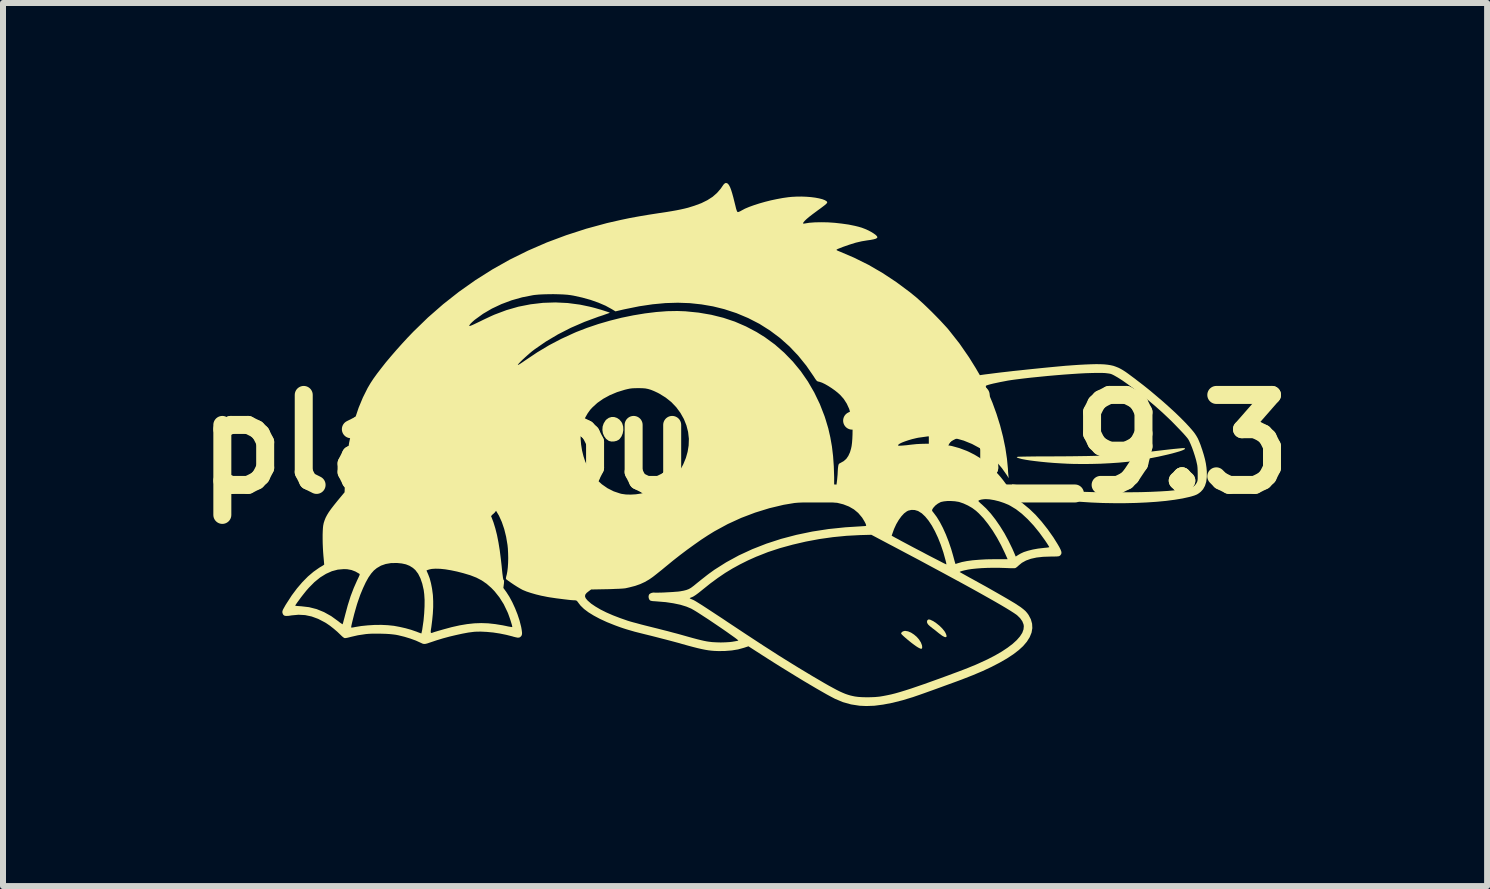
<source format=kicad_pcb>
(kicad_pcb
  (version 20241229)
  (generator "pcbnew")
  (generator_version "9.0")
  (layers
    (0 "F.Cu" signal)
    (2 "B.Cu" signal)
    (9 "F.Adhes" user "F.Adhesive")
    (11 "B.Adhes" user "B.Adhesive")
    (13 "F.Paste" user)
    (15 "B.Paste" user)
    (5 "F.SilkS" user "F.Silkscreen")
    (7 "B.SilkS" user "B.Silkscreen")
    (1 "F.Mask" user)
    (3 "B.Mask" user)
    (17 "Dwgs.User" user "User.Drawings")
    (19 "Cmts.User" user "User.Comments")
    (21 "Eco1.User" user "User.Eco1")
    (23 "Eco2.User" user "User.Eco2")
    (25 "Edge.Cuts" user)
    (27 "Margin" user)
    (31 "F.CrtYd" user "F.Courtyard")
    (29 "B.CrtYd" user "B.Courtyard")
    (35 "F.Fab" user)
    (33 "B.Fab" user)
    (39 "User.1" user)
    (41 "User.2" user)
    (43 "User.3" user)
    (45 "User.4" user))
  (footprint "platypus_16_9.3"
    (layer "F.Cu")
    (at 9.371 4.356)
    (property "Reference" "platypus_16_9.3" (at 0 0 0) (layer "F.SilkS") (effects (font (size 1.5 1.5) (thickness 0.3))))
    (attr board_only exclude_from_pos_files exclude_from_bom)
    (fp_poly (pts (xy 3.082 2.924) (xy 3.088 2.926) (xy 3.139 2.95) (xy 3.192 2.986) (xy 3.244 3.028) (xy 3.29 3.074) (xy 3.327 3.12) (xy 3.344 3.149) (xy 3.358 3.184) (xy 3.36 3.207) (xy 3.35 3.217) (xy 3.328 3.214) (xy 3.297 3.199) (xy 3.273 3.183) (xy 3.244 3.161) (xy 3.222 3.144) (xy 3.19 3.118) (xy 3.154 3.089) (xy 3.128 3.07) (xy 3.084 3.035) (xy 3.054 3.007) (xy 3.038 2.982) (xy 3.033 2.962) (xy 3.039 2.936) (xy 3.056 2.922)) (stroke (width 0) (type solid)) (fill yes) (layer "F.SilkS"))
    (fp_poly (pts (xy -2.179 -0.453) (xy -2.134 -0.438) (xy -2.093 -0.41) (xy -2.059 -0.369) (xy -2.046 -0.344) (xy -2.031 -0.292) (xy -2.029 -0.236) (xy -2.039 -0.18) (xy -2.06 -0.129) (xy -2.09 -0.088) (xy -2.106 -0.074) (xy -2.141 -0.056) (xy -2.184 -0.046) (xy -2.228 -0.045) (xy -2.267 -0.054) (xy -2.273 -0.057) (xy -2.317 -0.09) (xy -2.349 -0.134) (xy -2.37 -0.184) (xy -2.378 -0.239) (xy -2.374 -0.295) (xy -2.356 -0.348) (xy -2.326 -0.396) (xy -2.312 -0.411) (xy -2.271 -0.44) (xy -2.225 -0.454)) (stroke (width 0) (type solid)) (fill yes) (layer "F.SilkS"))
    (fp_poly (pts (xy 2.718 3.12) (xy 2.768 3.141) (xy 2.817 3.173) (xy 2.863 3.212) (xy 2.902 3.257) (xy 2.932 3.305) (xy 2.95 3.352) (xy 2.954 3.383) (xy 2.951 3.402) (xy 2.941 3.411) (xy 2.921 3.407) (xy 2.891 3.392) (xy 2.882 3.387) (xy 2.854 3.369) (xy 2.819 3.344) (xy 2.78 3.315) (xy 2.74 3.283) (xy 2.701 3.251) (xy 2.665 3.22) (xy 2.635 3.193) (xy 2.614 3.172) (xy 2.603 3.159) (xy 2.602 3.157) (xy 2.61 3.137) (xy 2.631 3.121) (xy 2.659 3.113) (xy 2.67 3.112)) (stroke (width 0) (type solid)) (fill yes) (layer "F.SilkS"))
    (fp_poly (pts (xy 7.325 0.066) (xy 7.332 0.068) (xy 7.335 0.07) (xy 7.335 0.079) (xy 7.318 0.09) (xy 7.287 0.104) (xy 7.244 0.119) (xy 7.189 0.135) (xy 7.125 0.153) (xy 7.052 0.171) (xy 6.973 0.189) (xy 6.889 0.208) (xy 6.802 0.225) (xy 6.712 0.242) (xy 6.622 0.258) (xy 6.533 0.272) (xy 6.447 0.284) (xy 6.37 0.294) (xy 6.233 0.307) (xy 6.083 0.317) (xy 5.926 0.325) (xy 5.767 0.329) (xy 5.61 0.33) (xy 5.46 0.328) (xy 5.376 0.325) (xy 5.262 0.319) (xy 5.149 0.312) (xy 5.04 0.303) (xy 4.937 0.293) (xy 4.841 0.282) (xy 4.754 0.271) (xy 4.678 0.259) (xy 4.615 0.247) (xy 4.567 0.234) (xy 4.548 0.228) (xy 4.532 0.22) (xy 4.531 0.216) (xy 4.541 0.211) (xy 4.553 0.209) (xy 4.581 0.208) (xy 4.623 0.207) (xy 4.678 0.206) (xy 4.744 0.205) (xy 4.819 0.204) (xy 4.903 0.203) (xy 4.993 0.203) (xy 5.073 0.203) (xy 5.252 0.202) (xy 5.415 0.201) (xy 5.564 0.199) (xy 5.702 0.197) (xy 5.83 0.194) (xy 5.951 0.189) (xy 6.066 0.184) (xy 6.177 0.178) (xy 6.286 0.17) (xy 6.396 0.161) (xy 6.508 0.151) (xy 6.624 0.139) (xy 6.746 0.125) (xy 6.801 0.119) (xy 6.91 0.106) (xy 7.003 0.095) (xy 7.082 0.086) (xy 7.147 0.079) (xy 7.2 0.074) (xy 7.241 0.07) (xy 7.274 0.067) (xy 7.297 0.065) (xy 7.314 0.065)) (stroke (width 0) (type solid)) (fill yes) (layer "F.SilkS"))
    (fp_poly (pts (xy -0.299 -4.351) (xy -0.293 -4.348) (xy -0.278 -4.334) (xy -0.263 -4.312) (xy -0.247 -4.28) (xy -0.231 -4.237) (xy -0.214 -4.183) (xy -0.195 -4.114) (xy -0.174 -4.03) (xy -0.16 -3.974) (xy -0.149 -3.928) (xy -0.139 -3.897) (xy -0.131 -3.879) (xy -0.123 -3.871) (xy -0.121 -3.87) (xy -0.106 -3.873) (xy -0.082 -3.883) (xy -0.055 -3.898) (xy -0.001 -3.927) (xy 0.068 -3.956) (xy 0.148 -3.985) (xy 0.238 -4.014) (xy 0.333 -4.041) (xy 0.432 -4.066) (xy 0.532 -4.087) (xy 0.629 -4.105) (xy 0.72 -4.118) (xy 0.78 -4.124) (xy 0.859 -4.128) (xy 0.941 -4.129) (xy 1.021 -4.126) (xy 1.098 -4.12) (xy 1.169 -4.111) (xy 1.233 -4.099) (xy 1.288 -4.085) (xy 1.33 -4.069) (xy 1.358 -4.052) (xy 1.367 -4.042) (xy 1.37 -4.035) (xy 1.369 -4.027) (xy 1.363 -4.017) (xy 1.351 -4.005) (xy 1.331 -3.987) (xy 1.301 -3.964) (xy 1.26 -3.933) (xy 1.206 -3.894) (xy 1.197 -3.887) (xy 1.128 -3.836) (xy 1.071 -3.792) (xy 1.026 -3.754) (xy 0.994 -3.723) (xy 0.974 -3.699) (xy 0.967 -3.684) (xy 0.974 -3.677) (xy 0.991 -3.679) (xy 1.072 -3.692) (xy 1.166 -3.699) (xy 1.271 -3.701) (xy 1.382 -3.699) (xy 1.498 -3.691) (xy 1.614 -3.678) (xy 1.727 -3.662) (xy 1.834 -3.64) (xy 1.891 -3.626) (xy 1.946 -3.61) (xy 2.001 -3.589) (xy 2.055 -3.565) (xy 2.104 -3.539) (xy 2.146 -3.513) (xy 2.179 -3.489) (xy 2.2 -3.467) (xy 2.207 -3.451) (xy 2.2 -3.438) (xy 2.179 -3.426) (xy 2.144 -3.416) (xy 2.092 -3.406) (xy 2.035 -3.398) (xy 1.944 -3.383) (xy 1.846 -3.36) (xy 1.74 -3.327) (xy 1.631 -3.289) (xy 1.583 -3.27) (xy 1.55 -3.257) (xy 1.53 -3.247) (xy 1.525 -3.24) (xy 1.531 -3.233) (xy 1.548 -3.225) (xy 1.574 -3.214) (xy 1.575 -3.214) (xy 1.818 -3.11) (xy 2.058 -2.991) (xy 2.292 -2.855) (xy 2.521 -2.704) (xy 2.743 -2.539) (xy 2.853 -2.45) (xy 2.908 -2.401) (xy 2.972 -2.343) (xy 3.041 -2.277) (xy 3.114 -2.206) (xy 3.186 -2.133) (xy 3.255 -2.062) (xy 3.318 -1.994) (xy 3.373 -1.934) (xy 3.402 -1.899) (xy 3.576 -1.678) (xy 3.735 -1.448) (xy 3.847 -1.268) (xy 3.915 -1.151) (xy 3.947 -1.156) (xy 4.004 -1.164) (xy 4.077 -1.173) (xy 4.162 -1.184) (xy 4.259 -1.196) (xy 4.365 -1.208) (xy 4.477 -1.221) (xy 4.593 -1.233) (xy 4.712 -1.246) (xy 4.83 -1.258) (xy 4.947 -1.27) (xy 5.059 -1.281) (xy 5.164 -1.291) (xy 5.261 -1.3) (xy 5.347 -1.308) (xy 5.42 -1.313) (xy 5.429 -1.314) (xy 5.558 -1.323) (xy 5.67 -1.329) (xy 5.769 -1.333) (xy 5.854 -1.335) (xy 5.928 -1.334) (xy 5.992 -1.331) (xy 6.048 -1.325) (xy 6.097 -1.317) (xy 6.141 -1.307) (xy 6.181 -1.293) (xy 6.196 -1.287) (xy 6.226 -1.275) (xy 6.254 -1.261) (xy 6.283 -1.245) (xy 6.314 -1.226) (xy 6.349 -1.203) (xy 6.391 -1.173) (xy 6.442 -1.135) (xy 6.504 -1.089) (xy 6.532 -1.067) (xy 6.643 -0.982) (xy 6.754 -0.893) (xy 6.863 -0.801) (xy 6.971 -0.709) (xy 7.074 -0.617) (xy 7.171 -0.528) (xy 7.26 -0.442) (xy 7.34 -0.361) (xy 7.409 -0.287) (xy 7.465 -0.222) (xy 7.468 -0.219) (xy 7.5 -0.177) (xy 7.526 -0.137) (xy 7.55 -0.095) (xy 7.571 -0.047) (xy 7.594 0.01) (xy 7.618 0.081) (xy 7.619 0.082) (xy 7.647 0.172) (xy 7.668 0.249) (xy 7.683 0.32) (xy 7.693 0.388) (xy 7.699 0.454) (xy 7.699 0.547) (xy 7.689 0.627) (xy 7.668 0.694) (xy 7.636 0.751) (xy 7.6 0.791) (xy 7.569 0.816) (xy 7.536 0.837) (xy 7.495 0.854) (xy 7.443 0.87) (xy 7.413 0.878) (xy 7.296 0.904) (xy 7.163 0.926) (xy 7.017 0.945) (xy 6.859 0.96) (xy 6.692 0.971) (xy 6.517 0.979) (xy 6.336 0.983) (xy 6.151 0.983) (xy 5.964 0.98) (xy 5.777 0.972) (xy 5.592 0.96) (xy 5.41 0.945) (xy 5.331 0.936) (xy 5.276 0.93) (xy 5.212 0.922) (xy 5.141 0.913) (xy 5.065 0.903) (xy 4.986 0.893) (xy 4.906 0.882) (xy 4.828 0.871) (xy 4.754 0.86) (xy 4.685 0.85) (xy 4.625 0.841) (xy 4.575 0.833) (xy 4.537 0.827) (xy 4.513 0.822) (xy 4.509 0.821) (xy 4.498 0.81) (xy 4.486 0.784) (xy 4.472 0.745) (xy 4.462 0.712) (xy 4.455 0.687) (xy 4.452 0.672) (xy 4.453 0.67) (xy 4.462 0.671) (xy 4.486 0.674) (xy 4.521 0.679) (xy 4.566 0.686) (xy 4.617 0.694) (xy 4.617 0.694) (xy 4.762 0.716) (xy 4.904 0.736) (xy 5.046 0.753) (xy 5.189 0.767) (xy 5.337 0.778) (xy 5.491 0.787) (xy 5.653 0.794) (xy 5.826 0.799) (xy 6.013 0.801) (xy 6.214 0.802) (xy 6.216 0.802) (xy 6.416 0.801) (xy 6.599 0.799) (xy 6.765 0.794) (xy 6.915 0.787) (xy 7.048 0.779) (xy 7.166 0.768) (xy 7.268 0.755) (xy 7.356 0.741) (xy 7.366 0.739) (xy 7.42 0.726) (xy 7.46 0.712) (xy 7.489 0.695) (xy 7.511 0.673) (xy 7.526 0.65) (xy 7.535 0.633) (xy 7.541 0.618) (xy 7.545 0.599) (xy 7.547 0.574) (xy 7.547 0.538) (xy 7.547 0.489) (xy 7.547 0.488) (xy 7.546 0.433) (xy 7.544 0.391) (xy 7.54 0.353) (xy 7.532 0.316) (xy 7.522 0.272) (xy 7.52 0.264) (xy 7.5 0.195) (xy 7.477 0.124) (xy 7.453 0.057) (xy 7.428 -0.004) (xy 7.405 -0.055) (xy 7.392 -0.078) (xy 7.376 -0.101) (xy 7.349 -0.133) (xy 7.313 -0.174) (xy 7.269 -0.221) (xy 7.22 -0.272) (xy 7.167 -0.327) (xy 7.113 -0.382) (xy 7.058 -0.435) (xy 7.004 -0.486) (xy 6.955 -0.532) (xy 6.946 -0.54) (xy 6.847 -0.628) (xy 6.747 -0.713) (xy 6.647 -0.795) (xy 6.55 -0.872) (xy 6.457 -0.944) (xy 6.37 -1.008) (xy 6.29 -1.064) (xy 6.218 -1.11) (xy 6.157 -1.145) (xy 6.142 -1.153) (xy 6.115 -1.166) (xy 6.088 -1.175) (xy 6.057 -1.18) (xy 6.016 -1.185) (xy 5.994 -1.187) (xy 5.936 -1.189) (xy 5.862 -1.189) (xy 5.775 -1.187) (xy 5.675 -1.184) (xy 5.564 -1.178) (xy 5.444 -1.17) (xy 5.317 -1.161) (xy 5.184 -1.15) (xy 5.047 -1.138) (xy 4.907 -1.124) (xy 4.767 -1.11) (xy 4.628 -1.094) (xy 4.493 -1.077) (xy 4.442 -1.07) (xy 4.384 -1.061) (xy 4.322 -1.049) (xy 4.259 -1.037) (xy 4.198 -1.024) (xy 4.141 -1.012) (xy 4.092 -1) (xy 4.053 -0.989) (xy 4.027 -0.98) (xy 4.019 -0.976) (xy 4.015 -0.97) (xy 4.015 -0.958) (xy 4.022 -0.938) (xy 4.035 -0.906) (xy 4.051 -0.869) (xy 4.126 -0.69) (xy 4.193 -0.505) (xy 4.252 -0.316) (xy 4.301 -0.126) (xy 4.34 0.061) (xy 4.367 0.242) (xy 4.383 0.409) (xy 4.385 0.451) (xy 4.388 0.49) (xy 4.391 0.521) (xy 4.392 0.532) (xy 4.397 0.567) (xy 4.364 0.514) (xy 4.283 0.399) (xy 4.189 0.289) (xy 4.153 0.253) (xy 4.04 0.153) (xy 3.917 0.067) (xy 3.785 -0.004) (xy 3.647 -0.06) (xy 3.502 -0.101) (xy 3.352 -0.127) (xy 3.199 -0.137) (xy 3.043 -0.13) (xy 2.886 -0.108) (xy 2.849 -0.1) (xy 2.783 -0.084) (xy 2.722 -0.066) (xy 2.666 -0.047) (xy 2.619 -0.029) (xy 2.582 -0.011) (xy 2.559 0.005) (xy 2.55 0.018) (xy 2.55 0.019) (xy 2.555 0.023) (xy 2.571 0.025) (xy 2.6 0.024) (xy 2.642 0.021) (xy 2.698 0.016) (xy 2.771 0.007) (xy 2.791 0.005) (xy 2.859 -0.002) (xy 2.936 -0.006) (xy 3.019 -0.008) (xy 3.103 -0.008) (xy 3.183 -0.006) (xy 3.255 -0.001) (xy 3.313 0.005) (xy 3.449 0.03) (xy 3.574 0.065) (xy 3.694 0.11) (xy 3.732 0.127) (xy 3.825 0.174) (xy 3.91 0.225) (xy 3.99 0.283) (xy 4.071 0.352) (xy 4.127 0.404) (xy 4.175 0.452) (xy 4.219 0.499) (xy 4.261 0.547) (xy 4.304 0.601) (xy 4.351 0.664) (xy 4.39 0.718) (xy 4.418 0.756) (xy 4.443 0.788) (xy 4.464 0.813) (xy 4.479 0.827) (xy 4.482 0.829) (xy 4.495 0.838) (xy 4.512 0.859) (xy 4.527 0.882) (xy 4.544 0.909) (xy 4.566 0.933) (xy 4.596 0.96) (xy 4.637 0.992) (xy 4.64 0.995) (xy 4.742 1.079) (xy 4.845 1.178) (xy 4.946 1.292) (xy 5.045 1.417) (xy 5.141 1.553) (xy 5.209 1.662) (xy 5.24 1.715) (xy 5.261 1.757) (xy 5.273 1.789) (xy 5.276 1.814) (xy 5.27 1.834) (xy 5.257 1.851) (xy 5.255 1.854) (xy 5.246 1.861) (xy 5.236 1.866) (xy 5.221 1.869) (xy 5.199 1.871) (xy 5.167 1.872) (xy 5.121 1.873) (xy 5.093 1.873) (xy 4.97 1.877) (xy 4.861 1.889) (xy 4.766 1.91) (xy 4.685 1.939) (xy 4.616 1.977) (xy 4.565 2.019) (xy 4.541 2.041) (xy 4.519 2.058) (xy 4.506 2.065) (xy 4.492 2.067) (xy 4.463 2.067) (xy 4.423 2.067) (xy 4.375 2.065) (xy 4.321 2.063) (xy 4.317 2.063) (xy 4.227 2.06) (xy 4.132 2.06) (xy 4.036 2.062) (xy 3.942 2.066) (xy 3.854 2.073) (xy 3.777 2.081) (xy 3.712 2.091) (xy 3.71 2.092) (xy 3.661 2.102) (xy 3.622 2.112) (xy 3.594 2.121) (xy 3.58 2.128) (xy 3.579 2.131) (xy 3.588 2.136) (xy 3.609 2.148) (xy 3.643 2.167) (xy 3.686 2.191) (xy 3.736 2.219) (xy 3.793 2.25) (xy 3.811 2.26) (xy 3.912 2.316) (xy 4.012 2.371) (xy 4.109 2.426) (xy 4.202 2.479) (xy 4.289 2.529) (xy 4.367 2.574) (xy 4.436 2.615) (xy 4.493 2.649) (xy 4.536 2.676) (xy 4.536 2.677) (xy 4.594 2.715) (xy 4.638 2.749) (xy 4.674 2.78) (xy 4.703 2.813) (xy 4.727 2.846) (xy 4.765 2.918) (xy 4.786 2.992) (xy 4.79 3.066) (xy 4.777 3.141) (xy 4.746 3.217) (xy 4.699 3.292) (xy 4.636 3.366) (xy 4.563 3.433) (xy 4.473 3.502) (xy 4.367 3.572) (xy 4.245 3.642) (xy 4.11 3.712) (xy 3.961 3.782) (xy 3.8 3.85) (xy 3.629 3.917) (xy 3.622 3.92) (xy 3.503 3.964) (xy 3.387 4.006) (xy 3.275 4.047) (xy 3.168 4.086) (xy 3.07 4.121) (xy 2.981 4.153) (xy 2.904 4.18) (xy 2.84 4.202) (xy 2.8 4.216) (xy 2.625 4.269) (xy 2.459 4.311) (xy 2.302 4.341) (xy 2.157 4.36) (xy 2.022 4.365) (xy 1.911 4.36) (xy 1.768 4.338) (xy 1.632 4.3) (xy 1.501 4.245) (xy 1.493 4.241) (xy 1.434 4.21) (xy 1.362 4.171) (xy 1.278 4.123) (xy 1.184 4.069) (xy 1.081 4.008) (xy 0.971 3.943) (xy 0.856 3.873) (xy 0.736 3.799) (xy 0.614 3.724) (xy 0.491 3.647) (xy 0.368 3.569) (xy 0.273 3.508) (xy 0.057 3.369) (xy -0.018 3.394) (xy -0.116 3.421) (xy -0.22 3.438) (xy -0.332 3.447) (xy -0.4 3.448) (xy -0.456 3.448) (xy -0.509 3.446) (xy -0.559 3.442) (xy -0.61 3.436) (xy -0.664 3.427) (xy -0.723 3.415) (xy -0.789 3.4) (xy -0.864 3.381) (xy -0.95 3.358) (xy -1.051 3.33) (xy -1.091 3.318) (xy -1.154 3.301) (xy -1.229 3.281) (xy -1.312 3.259) (xy -1.398 3.237) (xy -1.483 3.215) (xy -1.561 3.195) (xy -1.667 3.169) (xy -1.759 3.146) (xy -1.838 3.126) (xy -1.907 3.106) (xy -1.969 3.088) (xy -2.026 3.07) (xy -2.082 3.051) (xy -2.137 3.031) (xy -2.172 3.018) (xy -2.302 2.966) (xy -2.419 2.912) (xy -2.522 2.857) (xy -2.611 2.802) (xy -2.684 2.747) (xy -2.741 2.692) (xy -2.773 2.651) (xy -2.792 2.625) (xy -2.806 2.61) (xy -2.82 2.604) (xy -2.838 2.602) (xy -2.866 2.601) (xy -2.908 2.598) (xy -2.96 2.592) (xy -3.02 2.585) (xy -3.083 2.577) (xy -3.147 2.569) (xy -3.207 2.56) (xy -3.261 2.552) (xy -3.301 2.545) (xy -3.349 2.535) (xy -2.668 2.535) (xy -2.658 2.565) (xy -2.631 2.599) (xy -2.62 2.61) (xy -2.565 2.658) (xy -2.494 2.706) (xy -2.409 2.756) (xy -2.311 2.805) (xy -2.201 2.853) (xy -2.081 2.899) (xy -1.952 2.944) (xy -1.951 2.944) (xy -1.916 2.955) (xy -1.866 2.969) (xy -1.805 2.985) (xy -1.736 3.004) (xy -1.662 3.023) (xy -1.586 3.042) (xy -1.538 3.054) (xy -1.457 3.074) (xy -1.372 3.096) (xy -1.288 3.117) (xy -1.207 3.139) (xy -1.134 3.158) (xy -1.072 3.175) (xy -1.051 3.181) (xy -0.952 3.209) (xy -0.869 3.232) (xy -0.798 3.251) (xy -0.737 3.266) (xy -0.685 3.278) (xy -0.639 3.287) (xy -0.607 3.292) (xy -0.548 3.299) (xy -0.478 3.303) (xy -0.404 3.305) (xy -0.331 3.303) (xy -0.263 3.299) (xy -0.208 3.293) (xy -0.206 3.292) (xy -0.169 3.286) (xy -0.137 3.28) (xy -0.116 3.275) (xy -0.112 3.274) (xy -0.115 3.268) (xy -0.132 3.254) (xy -0.16 3.232) (xy -0.199 3.204) (xy -0.246 3.171) (xy -0.299 3.133) (xy -0.358 3.092) (xy -0.421 3.049) (xy -0.486 3.005) (xy -0.551 2.961) (xy -0.615 2.918) (xy -0.677 2.878) (xy -0.735 2.84) (xy -0.786 2.807) (xy -0.831 2.779) (xy -0.867 2.758) (xy -0.892 2.744) (xy -0.892 2.743) (xy -0.978 2.707) (xy -1.079 2.676) (xy -1.194 2.652) (xy -1.32 2.633) (xy -1.454 2.622) (xy -1.503 2.618) (xy -1.538 2.616) (xy -1.561 2.612) (xy -1.576 2.608) (xy -1.586 2.601) (xy -1.593 2.594) (xy -1.605 2.567) (xy -0.923 2.567) (xy -0.916 2.573) (xy -0.896 2.582) (xy -0.868 2.594) (xy -0.868 2.594) (xy -0.849 2.603) (xy -0.816 2.622) (xy -0.771 2.65) (xy -0.712 2.687) (xy -0.643 2.732) (xy -0.562 2.785) (xy -0.471 2.845) (xy -0.37 2.911) (xy -0.299 2.959) (xy -0.13 3.071) (xy 0.027 3.175) (xy 0.172 3.27) (xy 0.308 3.359) (xy 0.436 3.441) (xy 0.557 3.519) (xy 0.674 3.592) (xy 0.787 3.662) (xy 0.899 3.731) (xy 1.009 3.797) (xy 1.125 3.867) (xy 1.228 3.927) (xy 1.318 3.98) (xy 1.397 4.025) (xy 1.467 4.063) (xy 1.528 4.096) (xy 1.582 4.123) (xy 1.631 4.145) (xy 1.675 4.163) (xy 1.716 4.177) (xy 1.756 4.189) (xy 1.795 4.198) (xy 1.834 4.206) (xy 1.835 4.206) (xy 1.887 4.213) (xy 1.952 4.217) (xy 2.024 4.219) (xy 2.098 4.218) (xy 2.17 4.215) (xy 2.234 4.209) (xy 2.25 4.207) (xy 2.309 4.197) (xy 2.371 4.185) (xy 2.437 4.171) (xy 2.508 4.153) (xy 2.585 4.131) (xy 2.67 4.105) (xy 2.764 4.075) (xy 2.869 4.039) (xy 2.986 3.999) (xy 3.117 3.952) (xy 3.262 3.9) (xy 3.379 3.857) (xy 3.481 3.819) (xy 3.57 3.786) (xy 3.649 3.756) (xy 3.718 3.729) (xy 3.781 3.703) (xy 3.838 3.68) (xy 3.892 3.656) (xy 3.903 3.651) (xy 4.042 3.587) (xy 4.168 3.522) (xy 4.28 3.457) (xy 4.378 3.392) (xy 4.462 3.328) (xy 4.531 3.265) (xy 4.584 3.204) (xy 4.622 3.145) (xy 4.643 3.087) (xy 4.648 3.033) (xy 4.643 3.002) (xy 4.622 2.95) (xy 4.586 2.9) (xy 4.539 2.854) (xy 4.524 2.842) (xy 4.483 2.814) (xy 4.427 2.778) (xy 4.357 2.735) (xy 4.271 2.684) (xy 4.171 2.626) (xy 4.058 2.562) (xy 3.93 2.49) (xy 3.79 2.412) (xy 3.637 2.328) (xy 3.471 2.238) (xy 3.294 2.142) (xy 3.104 2.04) (xy 2.904 1.932) (xy 2.692 1.82) (xy 2.47 1.702) (xy 2.418 1.675) (xy 2.135 1.525) (xy 2.445 1.525) (xy 2.473 1.541) (xy 2.509 1.561) (xy 2.555 1.585) (xy 2.609 1.615) (xy 2.671 1.648) (xy 2.737 1.683) (xy 2.808 1.721) (xy 2.881 1.759) (xy 2.954 1.797) (xy 3.025 1.835) (xy 3.094 1.871) (xy 3.158 1.904) (xy 3.217 1.934) (xy 3.267 1.96) (xy 3.307 1.981) (xy 3.337 1.995) (xy 3.354 2.003) (xy 3.357 2.004) (xy 3.356 1.993) (xy 3.352 1.97) (xy 3.345 1.942) (xy 3.307 1.805) (xy 3.264 1.677) (xy 3.217 1.559) (xy 3.167 1.452) (xy 3.115 1.357) (xy 3.06 1.274) (xy 3.004 1.206) (xy 2.948 1.153) (xy 2.891 1.117) (xy 2.884 1.113) (xy 2.866 1.108) (xy 3.119 1.108) (xy 3.127 1.122) (xy 3.145 1.144) (xy 3.145 1.144) (xy 3.197 1.214) (xy 3.249 1.299) (xy 3.3 1.397) (xy 3.349 1.506) (xy 3.395 1.624) (xy 3.437 1.747) (xy 3.469 1.857) (xy 3.483 1.909) (xy 3.493 1.946) (xy 3.5 1.97) (xy 3.505 1.985) (xy 3.507 1.993) (xy 3.509 1.996) (xy 3.51 1.996) (xy 3.511 1.996) (xy 3.521 1.993) (xy 3.541 1.986) (xy 3.552 1.983) (xy 3.617 1.964) (xy 3.699 1.948) (xy 3.795 1.935) (xy 3.904 1.926) (xy 4.024 1.919) (xy 4.154 1.917) (xy 4.182 1.917) (xy 4.378 1.917) (xy 4.334 1.818) (xy 4.27 1.685) (xy 4.201 1.558) (xy 4.128 1.439) (xy 4.052 1.331) (xy 3.975 1.234) (xy 3.897 1.152) (xy 3.851 1.11) (xy 3.788 1.063) (xy 3.717 1.022) (xy 3.643 0.988) (xy 3.573 0.964) (xy 3.561 0.961) (xy 3.499 0.951) (xy 3.435 0.947) (xy 3.371 0.947) (xy 3.314 0.953) (xy 3.267 0.963) (xy 3.26 0.966) (xy 3.215 0.99) (xy 3.173 1.022) (xy 3.139 1.06) (xy 3.126 1.08) (xy 3.119 1.096) (xy 3.119 1.108) (xy 2.866 1.108) (xy 2.83 1.097) (xy 2.774 1.095) (xy 2.722 1.107) (xy 2.698 1.119) (xy 2.652 1.153) (xy 2.606 1.203) (xy 2.562 1.264) (xy 2.521 1.334) (xy 2.485 1.412) (xy 2.463 1.473) (xy 2.445 1.525) (xy 2.135 1.525) (xy 2.106 1.51) (xy 1.917 1.515) (xy 1.693 1.527) (xy 1.467 1.549) (xy 1.24 1.581) (xy 1.015 1.623) (xy 0.796 1.674) (xy 0.584 1.732) (xy 0.383 1.798) (xy 0.196 1.872) (xy 0.192 1.873) (xy 0.049 1.937) (xy -0.083 2.003) (xy -0.209 2.072) (xy -0.331 2.146) (xy -0.453 2.229) (xy -0.578 2.321) (xy -0.709 2.426) (xy -0.725 2.439) (xy -0.779 2.482) (xy -0.824 2.515) (xy -0.86 2.538) (xy -0.881 2.548) (xy -0.905 2.557) (xy -0.92 2.565) (xy -0.923 2.567) (xy -1.605 2.567) (xy -1.606 2.565) (xy -1.608 2.532) (xy -1.6 2.506) (xy -1.584 2.491) (xy -1.558 2.479) (xy -1.53 2.473) (xy -1.509 2.474) (xy -1.493 2.475) (xy -1.463 2.475) (xy -1.421 2.474) (xy -1.372 2.473) (xy -1.317 2.47) (xy -1.261 2.467) (xy -1.207 2.464) (xy -1.158 2.46) (xy -1.116 2.457) (xy -1.086 2.453) (xy -1.084 2.453) (xy -1.024 2.442) (xy -0.977 2.43) (xy -0.938 2.415) (xy -0.902 2.395) (xy -0.866 2.368) (xy -0.86 2.364) (xy -0.789 2.306) (xy -0.729 2.258) (xy -0.678 2.218) (xy -0.635 2.184) (xy -0.598 2.156) (xy -0.563 2.131) (xy -0.53 2.107) (xy -0.512 2.094) (xy -0.313 1.968) (xy -0.102 1.853) (xy 0.121 1.75) (xy 0.356 1.658) (xy 0.602 1.578) (xy 0.857 1.511) (xy 1.121 1.456) (xy 1.394 1.414) (xy 1.674 1.385) (xy 1.866 1.373) (xy 1.915 1.37) (xy 1.958 1.367) (xy 1.991 1.365) (xy 2.013 1.362) (xy 2.018 1.361) (xy 2.019 1.349) (xy 2.011 1.326) (xy 1.996 1.296) (xy 1.976 1.262) (xy 1.954 1.226) (xy 1.947 1.217) (xy 1.887 1.146) (xy 1.816 1.087) (xy 1.733 1.039) (xy 1.638 1.002) (xy 1.529 0.975) (xy 1.473 0.965) (xy 1.425 0.96) (xy 1.363 0.957) (xy 1.292 0.955) (xy 1.214 0.955) (xy 1.134 0.956) (xy 1.056 0.958) (xy 0.982 0.962) (xy 0.918 0.967) (xy 0.884 0.97) (xy 0.644 1.01) (xy 0.405 1.067) (xy 0.169 1.14) (xy -0.063 1.228) (xy -0.288 1.331) (xy -0.505 1.449) (xy -0.522 1.459) (xy -0.622 1.521) (xy -0.732 1.593) (xy -0.847 1.674) (xy -0.966 1.76) (xy -1.084 1.849) (xy -1.2 1.94) (xy -1.257 1.987) (xy -1.328 2.045) (xy -1.386 2.093) (xy -1.435 2.132) (xy -1.475 2.164) (xy -1.508 2.19) (xy -1.535 2.211) (xy -1.559 2.228) (xy -1.582 2.244) (xy -1.6 2.256) (xy -1.671 2.297) (xy -1.747 2.332) (xy -1.832 2.362) (xy -1.929 2.387) (xy -1.991 2.401) (xy -2.014 2.404) (xy -2.051 2.407) (xy -2.101 2.41) (xy -2.16 2.412) (xy -2.226 2.415) (xy -2.295 2.417) (xy -2.305 2.417) (xy -2.566 2.422) (xy -2.603 2.449) (xy -2.641 2.479) (xy -2.663 2.508) (xy -2.668 2.535) (xy -3.349 2.535) (xy -3.396 2.526) (xy -3.486 2.504) (xy -3.569 2.48) (xy -3.642 2.456) (xy -3.7 2.432) (xy -3.713 2.426) (xy -3.751 2.405) (xy -3.798 2.377) (xy -3.85 2.344) (xy -3.902 2.309) (xy -3.95 2.275) (xy -3.976 2.256) (xy -3.983 2.249) (xy -3.987 2.24) (xy -3.985 2.225) (xy -3.98 2.2) (xy -3.973 2.175) (xy -3.963 2.122) (xy -3.955 2.056) (xy -3.95 1.98) (xy -3.948 1.899) (xy -3.95 1.817) (xy -3.954 1.737) (xy -3.96 1.679) (xy -3.983 1.542) (xy -4.015 1.413) (xy -4.055 1.296) (xy -4.103 1.19) (xy -4.158 1.098) (xy -4.22 1.021) (xy -4.229 1.012) (xy -4.263 0.98) (xy -4.298 0.954) (xy -4.31 0.946) (xy 3.89 0.946) (xy 3.897 0.956) (xy 3.914 0.973) (xy 3.937 0.995) (xy 3.943 0.999) (xy 4.02 1.071) (xy 4.098 1.157) (xy 4.175 1.256) (xy 4.251 1.366) (xy 4.325 1.485) (xy 4.393 1.611) (xy 4.456 1.74) (xy 4.488 1.813) (xy 4.513 1.873) (xy 4.536 1.858) (xy 4.558 1.844) (xy 4.586 1.828) (xy 4.594 1.823) (xy 4.648 1.798) (xy 4.717 1.776) (xy 4.797 1.756) (xy 4.886 1.74) (xy 4.98 1.729) (xy 5 1.727) (xy 5.034 1.724) (xy 5.059 1.72) (xy 5.072 1.716) (xy 5.073 1.715) (xy 5.068 1.706) (xy 5.055 1.685) (xy 5.036 1.655) (xy 5.012 1.619) (xy 5.002 1.604) (xy 4.907 1.473) (xy 4.811 1.355) (xy 4.713 1.25) (xy 4.615 1.159) (xy 4.518 1.084) (xy 4.422 1.026) (xy 4.392 1.01) (xy 4.317 0.979) (xy 4.236 0.952) (xy 4.155 0.932) (xy 4.077 0.919) (xy 4.009 0.915) (xy 3.973 0.918) (xy 3.939 0.923) (xy 3.911 0.931) (xy 3.894 0.94) (xy 3.89 0.946) (xy -4.31 0.946) (xy -4.329 0.934) (xy -4.354 0.924) (xy -4.36 0.923) (xy -4.368 0.927) (xy -4.368 0.939) (xy -4.36 0.961) (xy -4.342 0.994) (xy -4.316 1.04) (xy -4.313 1.044) (xy -4.268 1.125) (xy -4.229 1.21) (xy -4.194 1.302) (xy -4.163 1.403) (xy -4.135 1.514) (xy -4.111 1.636) (xy -4.089 1.771) (xy -4.07 1.922) (xy -4.058 2.027) (xy -4.051 2.099) (xy -4.045 2.156) (xy -4.039 2.199) (xy -4.035 2.23) (xy -4.03 2.25) (xy -4.026 2.262) (xy -4.022 2.268) (xy -4.019 2.268) (xy -4.017 2.276) (xy -4.018 2.297) (xy -4.02 2.327) (xy -4.021 2.332) (xy -4.029 2.396) (xy -3.979 2.465) (xy -3.929 2.543) (xy -3.88 2.634) (xy -3.834 2.734) (xy -3.793 2.837) (xy -3.759 2.94) (xy -3.734 3.039) (xy -3.732 3.046) (xy -3.723 3.098) (xy -3.718 3.137) (xy -3.718 3.164) (xy -3.723 3.185) (xy -3.733 3.201) (xy -3.736 3.204) (xy -3.751 3.217) (xy -3.768 3.224) (xy -3.791 3.225) (xy -3.822 3.219) (xy -3.866 3.208) (xy -3.877 3.204) (xy -3.98 3.178) (xy -4.088 3.156) (xy -4.199 3.139) (xy -4.306 3.129) (xy -4.408 3.124) (xy -4.499 3.126) (xy -4.53 3.129) (xy -4.614 3.14) (xy -4.711 3.158) (xy -4.816 3.181) (xy -4.926 3.207) (xy -5.037 3.237) (xy -5.145 3.27) (xy -5.246 3.304) (xy -5.25 3.305) (xy -5.293 3.32) (xy -5.324 3.328) (xy -5.348 3.33) (xy -5.37 3.327) (xy -5.393 3.317) (xy -5.408 3.31) (xy -5.487 3.274) (xy -5.58 3.24) (xy -5.679 3.21) (xy -5.781 3.185) (xy -5.822 3.177) (xy -5.867 3.171) (xy -5.926 3.165) (xy -5.994 3.161) (xy -6.067 3.159) (xy -6.14 3.158) (xy -6.209 3.158) (xy -6.27 3.161) (xy -6.319 3.165) (xy -6.453 3.185) (xy -6.571 3.212) (xy -6.597 3.219) (xy -6.63 3.227) (xy -6.659 3.232) (xy -6.678 3.232) (xy -6.678 3.232) (xy -6.693 3.223) (xy -6.716 3.205) (xy -6.741 3.181) (xy -6.745 3.177) (xy -6.797 3.127) (xy -6.858 3.075) (xy -6.895 3.046) (xy -6.566 3.046) (xy -6.566 3.056) (xy -6.555 3.057) (xy -6.532 3.054) (xy -6.501 3.048) (xy -6.496 3.047) (xy -6.398 3.031) (xy -6.29 3.02) (xy -6.176 3.013) (xy -6.064 3.012) (xy -5.957 3.017) (xy -5.861 3.027) (xy -5.852 3.028) (xy -5.756 3.046) (xy -5.659 3.068) (xy -5.567 3.094) (xy -5.486 3.122) (xy -5.482 3.123) (xy -5.447 3.137) (xy -5.419 3.147) (xy -5.401 3.154) (xy -5.397 3.155) (xy -5.394 3.148) (xy -5.389 3.126) (xy -5.382 3.094) (xy -5.378 3.066) (xy -5.36 2.942) (xy -5.349 2.82) (xy -5.343 2.705) (xy -5.342 2.597) (xy -5.348 2.502) (xy -5.357 2.43) (xy -5.381 2.325) (xy -5.412 2.235) (xy -5.45 2.159) (xy -5.491 2.105) (xy -5.31 2.105) (xy -5.307 2.114) (xy -5.298 2.134) (xy -5.286 2.162) (xy -5.284 2.166) (xy -5.258 2.234) (xy -5.236 2.316) (xy -5.218 2.407) (xy -5.205 2.505) (xy -5.203 2.526) (xy -5.199 2.616) (xy -5.199 2.717) (xy -5.205 2.827) (xy -5.216 2.939) (xy -5.23 3.049) (xy -5.237 3.093) (xy -5.24 3.123) (xy -5.239 3.14) (xy -5.232 3.147) (xy -5.22 3.145) (xy -5.2 3.139) (xy -5.199 3.138) (xy -5.182 3.132) (xy -5.152 3.123) (xy -5.112 3.111) (xy -5.066 3.098) (xy -5.039 3.09) (xy -4.892 3.05) (xy -4.758 3.02) (xy -4.633 2.999) (xy -4.513 2.986) (xy -4.398 2.982) (xy -4.282 2.986) (xy -4.164 2.999) (xy -4.041 3.019) (xy -3.992 3.029) (xy -3.951 3.038) (xy -3.916 3.044) (xy -3.892 3.048) (xy -3.881 3.048) (xy -3.881 3.048) (xy -3.881 3.038) (xy -3.886 3.015) (xy -3.896 2.982) (xy -3.908 2.942) (xy -3.922 2.9) (xy -3.937 2.858) (xy -3.951 2.819) (xy -3.961 2.796) (xy -4.023 2.667) (xy -4.095 2.553) (xy -4.176 2.451) (xy -4.23 2.395) (xy -4.309 2.326) (xy -4.391 2.27) (xy -4.479 2.224) (xy -4.579 2.185) (xy -4.589 2.182) (xy -4.696 2.15) (xy -4.801 2.123) (xy -4.901 2.102) (xy -4.996 2.086) (xy -5.082 2.077) (xy -5.159 2.075) (xy -5.222 2.079) (xy -5.26 2.087) (xy -5.287 2.095) (xy -5.305 2.102) (xy -5.31 2.105) (xy -5.491 2.105) (xy -5.495 2.099) (xy -5.537 2.062) (xy -5.593 2.027) (xy -5.653 2.003) (xy -5.722 1.988) (xy -5.803 1.98) (xy -5.807 1.98) (xy -5.905 1.982) (xy -5.991 1.997) (xy -6.069 2.024) (xy -6.139 2.065) (xy -6.188 2.105) (xy -6.232 2.155) (xy -6.278 2.221) (xy -6.323 2.302) (xy -6.368 2.398) (xy -6.413 2.506) (xy -6.454 2.623) (xy -6.469 2.668) (xy -6.484 2.72) (xy -6.5 2.776) (xy -6.516 2.833) (xy -6.53 2.889) (xy -6.543 2.941) (xy -6.554 2.986) (xy -6.562 3.022) (xy -6.566 3.046) (xy -6.895 3.046) (xy -6.923 3.024) (xy -6.986 2.981) (xy -7.005 2.97) (xy -7.116 2.912) (xy -7.225 2.872) (xy -7.333 2.849) (xy -7.443 2.843) (xy -7.554 2.853) (xy -7.555 2.853) (xy -7.607 2.861) (xy -7.644 2.863) (xy -7.671 2.861) (xy -7.688 2.853) (xy -7.701 2.839) (xy -7.707 2.826) (xy -7.712 2.811) (xy -7.714 2.796) (xy -7.711 2.779) (xy -7.703 2.757) (xy -7.687 2.728) (xy -7.666 2.691) (xy -7.499 2.691) (xy -7.491 2.694) (xy -7.469 2.697) (xy -7.436 2.699) (xy -7.396 2.702) (xy -7.268 2.717) (xy -7.142 2.749) (xy -7.019 2.799) (xy -6.899 2.866) (xy -6.783 2.95) (xy -6.754 2.973) (xy -6.729 2.99) (xy -6.714 3) (xy -6.709 3.002) (xy -6.706 2.992) (xy -6.699 2.969) (xy -6.69 2.934) (xy -6.678 2.89) (xy -6.668 2.851) (xy -6.623 2.684) (xy -6.575 2.532) (xy -6.523 2.396) (xy -6.468 2.272) (xy -6.457 2.249) (xy -6.439 2.211) (xy -6.428 2.186) (xy -6.424 2.17) (xy -6.427 2.162) (xy -6.428 2.161) (xy -6.496 2.122) (xy -6.562 2.097) (xy -6.633 2.084) (xy -6.691 2.082) (xy -6.79 2.091) (xy -6.888 2.117) (xy -6.986 2.161) (xy -7.083 2.221) (xy -7.178 2.298) (xy -7.27 2.391) (xy -7.315 2.442) (xy -7.343 2.477) (xy -7.374 2.516) (xy -7.405 2.556) (xy -7.434 2.596) (xy -7.46 2.631) (xy -7.481 2.661) (xy -7.495 2.682) (xy -7.499 2.691) (xy -7.666 2.691) (xy -7.665 2.688) (xy -7.637 2.644) (xy -7.556 2.519) (xy -7.469 2.403) (xy -7.379 2.298) (xy -7.287 2.205) (xy -7.194 2.126) (xy -7.103 2.062) (xy -7.086 2.051) (xy -7.055 2.033) (xy -7.031 2.018) (xy -7.018 2.008) (xy -7.016 2.006) (xy -7.017 1.995) (xy -7.019 1.971) (xy -7.022 1.935) (xy -7.026 1.891) (xy -7.029 1.86) (xy -7.034 1.794) (xy -7.038 1.723) (xy -7.041 1.649) (xy -7.042 1.576) (xy -7.042 1.507) (xy -7.04 1.446) (xy -7.037 1.395) (xy -7.033 1.358) (xy -7.033 1.358) (xy -7.024 1.313) (xy -7.01 1.27) (xy -6.993 1.227) (xy -6.969 1.181) (xy -6.939 1.132) (xy -6.9 1.077) (xy -6.852 1.015) (xy -6.794 0.943) (xy -6.751 0.891) (xy -6.676 0.801) (xy -6.67 0.629) (xy -6.657 0.405) (xy -6.634 0.186) (xy -6.6 -0.026) (xy -6.586 -0.092) (xy -2.741 -0.092) (xy -2.733 0.005) (xy -2.717 0.105) (xy -2.693 0.202) (xy -2.665 0.286) (xy -2.614 0.397) (xy -2.549 0.498) (xy -2.473 0.589) (xy -2.387 0.668) (xy -2.292 0.734) (xy -2.189 0.786) (xy -2.081 0.822) (xy -2.057 0.828) (xy -1.986 0.838) (xy -1.905 0.84) (xy -1.82 0.835) (xy -1.739 0.823) (xy -1.717 0.818) (xy -1.64 0.796) (xy -1.56 0.768) (xy -1.478 0.735) (xy -1.399 0.699) (xy -1.325 0.66) (xy -1.26 0.622) (xy -1.208 0.584) (xy -1.184 0.564) (xy -1.135 0.51) (xy -1.087 0.44) (xy -1.042 0.358) (xy -1.029 0.333) (xy -0.986 0.229) (xy -0.957 0.126) (xy -0.94 0.022) (xy -0.936 -0.091) (xy -0.949 -0.204) (xy -0.977 -0.314) (xy -1.02 -0.421) (xy -1.077 -0.522) (xy -1.146 -0.616) (xy -1.228 -0.702) (xy -1.322 -0.777) (xy -1.425 -0.841) (xy -1.455 -0.857) (xy -1.517 -0.886) (xy -1.569 -0.907) (xy -1.616 -0.921) (xy -1.662 -0.93) (xy -1.714 -0.934) (xy -1.774 -0.935) (xy -1.785 -0.935) (xy -1.839 -0.934) (xy -1.882 -0.932) (xy -1.921 -0.927) (xy -1.96 -0.919) (xy -2.005 -0.908) (xy -2.134 -0.868) (xy -2.255 -0.817) (xy -2.365 -0.757) (xy -2.462 -0.689) (xy -2.545 -0.613) (xy -2.581 -0.574) (xy -2.624 -0.514) (xy -2.664 -0.444) (xy -2.697 -0.371) (xy -2.722 -0.299) (xy -2.731 -0.264) (xy -2.741 -0.183) (xy -2.741 -0.092) (xy -6.586 -0.092) (xy -6.557 -0.23) (xy -6.504 -0.424) (xy -6.442 -0.608) (xy -6.371 -0.779) (xy -6.292 -0.937) (xy -6.243 -1.02) (xy -6.195 -1.093) (xy -6.135 -1.176) (xy -6.065 -1.267) (xy -5.988 -1.365) (xy -5.903 -1.466) (xy -5.813 -1.57) (xy -5.72 -1.674) (xy -5.625 -1.777) (xy -5.53 -1.876) (xy -5.429 -1.974) (xy -4.598 -1.974) (xy -4.596 -1.971) (xy -4.588 -1.971) (xy -4.573 -1.976) (xy -4.548 -1.986) (xy -4.513 -2.002) (xy -4.465 -2.025) (xy -4.419 -2.047) (xy -4.364 -2.074) (xy -4.307 -2.101) (xy -4.254 -2.126) (xy -4.208 -2.147) (xy -4.176 -2.161) (xy -3.979 -2.235) (xy -3.778 -2.293) (xy -3.574 -2.333) (xy -3.368 -2.357) (xy -3.162 -2.364) (xy -2.956 -2.354) (xy -2.751 -2.327) (xy -2.594 -2.294) (xy -2.549 -2.283) (xy -2.499 -2.27) (xy -2.448 -2.255) (xy -2.398 -2.241) (xy -2.351 -2.226) (xy -2.311 -2.213) (xy -2.28 -2.203) (xy -2.26 -2.195) (xy -2.255 -2.191) (xy -2.264 -2.187) (xy -2.287 -2.179) (xy -2.322 -2.167) (xy -2.366 -2.151) (xy -2.417 -2.134) (xy -2.437 -2.128) (xy -2.676 -2.04) (xy -2.904 -1.941) (xy -3.119 -1.831) (xy -3.321 -1.711) (xy -3.509 -1.581) (xy -3.515 -1.576) (xy -3.551 -1.549) (xy -3.589 -1.517) (xy -3.629 -1.482) (xy -3.668 -1.447) (xy -3.704 -1.414) (xy -3.736 -1.383) (xy -3.762 -1.356) (xy -3.78 -1.336) (xy -3.788 -1.324) (xy -3.785 -1.321) (xy -3.772 -1.327) (xy -3.747 -1.342) (xy -3.715 -1.363) (xy -3.677 -1.389) (xy -3.661 -1.4) (xy -3.464 -1.532) (xy -3.267 -1.65) (xy -3.067 -1.755) (xy -2.858 -1.851) (xy -2.815 -1.87) (xy -2.634 -1.94) (xy -2.445 -2.004) (xy -2.252 -2.06) (xy -2.057 -2.109) (xy -1.861 -2.149) (xy -1.668 -2.181) (xy -1.48 -2.204) (xy -1.298 -2.218) (xy -1.127 -2.221) (xy -0.993 -2.216) (xy -0.773 -2.194) (xy -0.563 -2.158) (xy -0.362 -2.108) (xy -0.17 -2.044) (xy 0.015 -1.964) (xy 0.193 -1.87) (xy 0.331 -1.784) (xy 0.498 -1.662) (xy 0.653 -1.526) (xy 0.797 -1.378) (xy 0.929 -1.218) (xy 1.048 -1.046) (xy 1.154 -0.863) (xy 1.247 -0.67) (xy 1.326 -0.467) (xy 1.344 -0.411) (xy 1.388 -0.264) (xy 1.422 -0.115) (xy 1.449 0.038) (xy 1.468 0.198) (xy 1.48 0.368) (xy 1.486 0.551) (xy 1.486 0.606) (xy 1.486 0.679) (xy 1.487 0.735) (xy 1.489 0.774) (xy 1.492 0.796) (xy 1.497 0.801) (xy 1.502 0.791) (xy 1.509 0.765) (xy 1.517 0.723) (xy 1.521 0.698) (xy 1.529 0.645) (xy 1.536 0.586) (xy 1.541 0.53) (xy 1.543 0.51) (xy 1.546 0.449) (xy 1.549 0.404) (xy 1.553 0.371) (xy 1.557 0.349) (xy 1.562 0.334) (xy 1.57 0.324) (xy 1.58 0.318) (xy 1.593 0.311) (xy 1.593 0.311) (xy 1.645 0.282) (xy 1.688 0.244) (xy 1.722 0.195) (xy 1.75 0.134) (xy 1.768 0.073) (xy 1.777 0.03) (xy 1.784 -0.025) (xy 1.789 -0.09) (xy 1.792 -0.16) (xy 1.793 -0.23) (xy 1.792 -0.296) (xy 1.788 -0.354) (xy 1.786 -0.379) (xy 1.765 -0.491) (xy 1.736 -0.59) (xy 1.696 -0.677) (xy 1.645 -0.756) (xy 1.591 -0.817) (xy 1.549 -0.856) (xy 1.499 -0.896) (xy 1.444 -0.935) (xy 1.388 -0.971) (xy 1.334 -1.002) (xy 1.284 -1.026) (xy 1.243 -1.04) (xy 1.231 -1.043) (xy 1.215 -1.046) (xy 1.202 -1.053) (xy 1.189 -1.065) (xy 1.173 -1.087) (xy 1.152 -1.119) (xy 1.146 -1.129) (xy 1.022 -1.309) (xy 0.887 -1.476) (xy 0.741 -1.63) (xy 0.584 -1.77) (xy 0.417 -1.895) (xy 0.24 -2.007) (xy 0.053 -2.103) (xy -0.142 -2.185) (xy -0.347 -2.252) (xy -0.533 -2.298) (xy -0.725 -2.331) (xy -0.92 -2.352) (xy -1.12 -2.359) (xy -1.326 -2.353) (xy -1.54 -2.333) (xy -1.762 -2.3) (xy -1.994 -2.253) (xy -2.027 -2.246) (xy -2.16 -2.215) (xy -2.221 -2.252) (xy -2.325 -2.309) (xy -2.444 -2.36) (xy -2.574 -2.406) (xy -2.714 -2.445) (xy -2.859 -2.477) (xy -2.906 -2.485) (xy -2.962 -2.492) (xy -3.031 -2.497) (xy -3.109 -2.5) (xy -3.193 -2.502) (xy -3.279 -2.501) (xy -3.362 -2.499) (xy -3.438 -2.495) (xy -3.503 -2.489) (xy -3.533 -2.485) (xy -3.716 -2.449) (xy -3.893 -2.399) (xy -4.061 -2.336) (xy -4.22 -2.261) (xy -4.367 -2.175) (xy -4.501 -2.078) (xy -4.503 -2.077) (xy -4.543 -2.042) (xy -4.574 -2.012) (xy -4.592 -1.988) (xy -4.598 -1.974) (xy -5.429 -1.974) (xy -5.287 -2.112) (xy -5.033 -2.334) (xy -4.77 -2.541) (xy -4.497 -2.734) (xy -4.214 -2.913) (xy -3.921 -3.078) (xy -3.617 -3.228) (xy -3.304 -3.364) (xy -2.98 -3.485) (xy -2.646 -3.593) (xy -2.301 -3.687) (xy -2.068 -3.74) (xy -1.925 -3.77) (xy -1.772 -3.798) (xy -1.606 -3.826) (xy -1.426 -3.854) (xy -1.416 -3.855) (xy -1.311 -3.871) (xy -1.221 -3.886) (xy -1.142 -3.9) (xy -1.073 -3.914) (xy -1.01 -3.928) (xy -0.95 -3.943) (xy -0.892 -3.961) (xy -0.844 -3.976) (xy -0.728 -4.019) (xy -0.627 -4.069) (xy -0.54 -4.125) (xy -0.467 -4.189) (xy -0.405 -4.261) (xy -0.383 -4.293) (xy -0.358 -4.329) (xy -0.337 -4.349) (xy -0.319 -4.356)) (stroke (width 0) (type solid)) (fill yes) (layer "F.SilkS")))
  (gr_rect
    (start -3 -3)
    (end 21.743 11.722)
    (stroke (width 0.1) (type default))
    (fill no)
    (layer "Edge.Cuts")))
</source>
